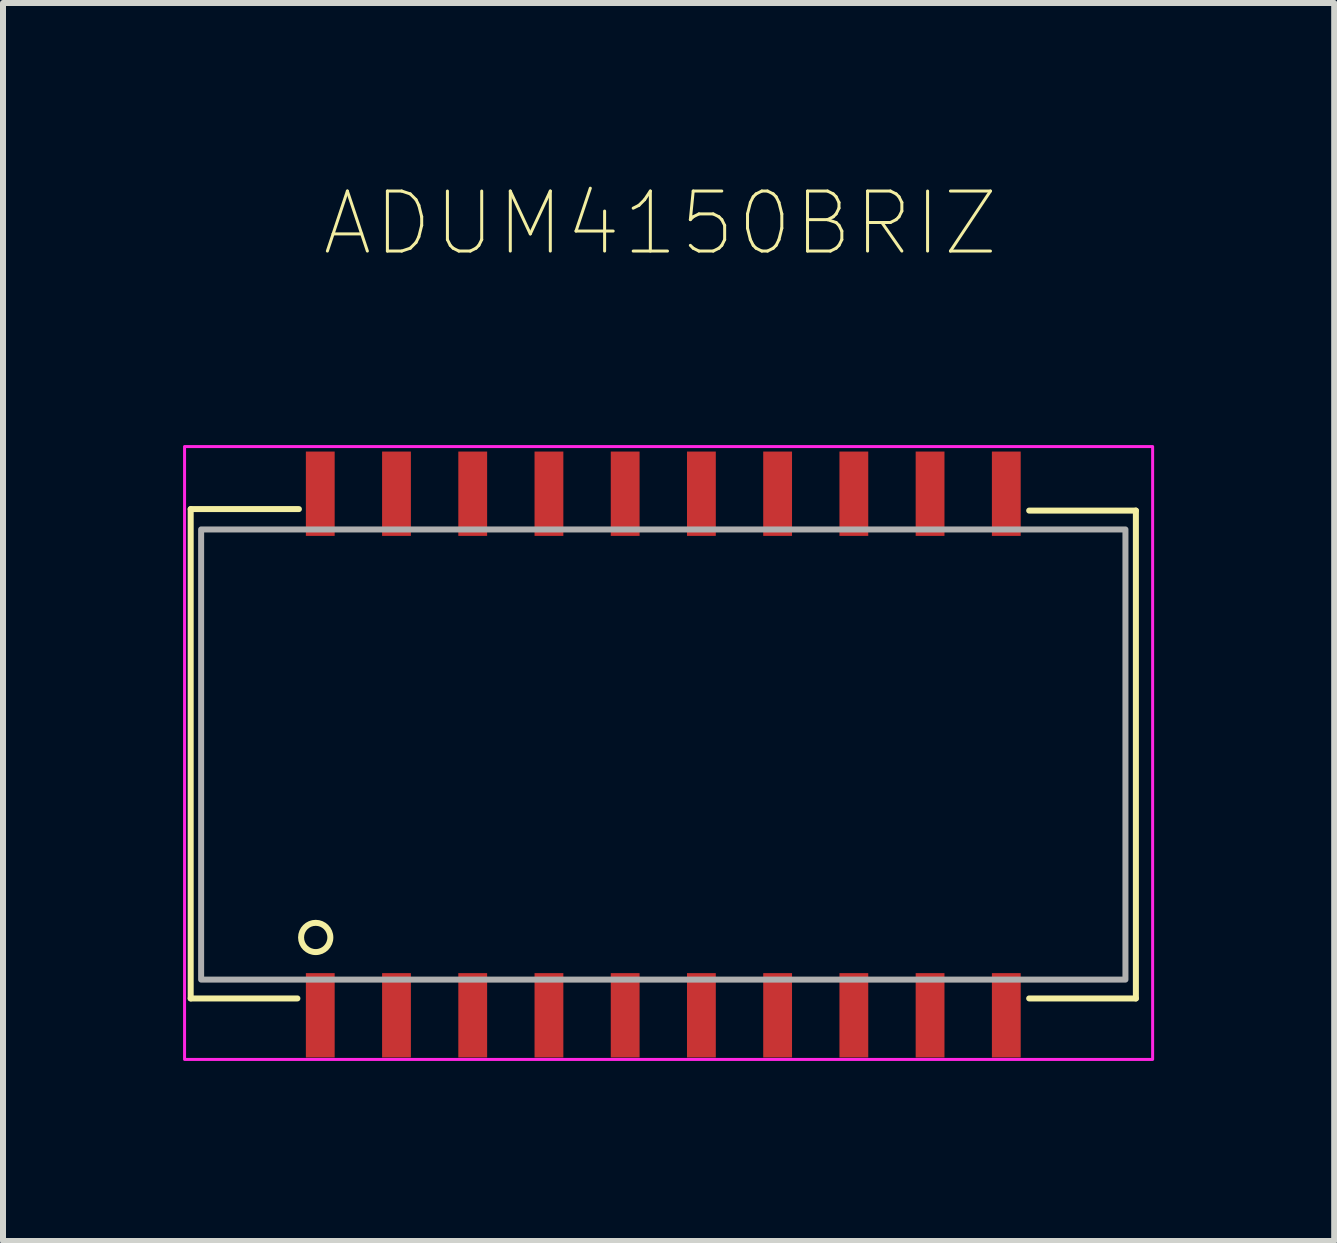
<source format=kicad_pcb>
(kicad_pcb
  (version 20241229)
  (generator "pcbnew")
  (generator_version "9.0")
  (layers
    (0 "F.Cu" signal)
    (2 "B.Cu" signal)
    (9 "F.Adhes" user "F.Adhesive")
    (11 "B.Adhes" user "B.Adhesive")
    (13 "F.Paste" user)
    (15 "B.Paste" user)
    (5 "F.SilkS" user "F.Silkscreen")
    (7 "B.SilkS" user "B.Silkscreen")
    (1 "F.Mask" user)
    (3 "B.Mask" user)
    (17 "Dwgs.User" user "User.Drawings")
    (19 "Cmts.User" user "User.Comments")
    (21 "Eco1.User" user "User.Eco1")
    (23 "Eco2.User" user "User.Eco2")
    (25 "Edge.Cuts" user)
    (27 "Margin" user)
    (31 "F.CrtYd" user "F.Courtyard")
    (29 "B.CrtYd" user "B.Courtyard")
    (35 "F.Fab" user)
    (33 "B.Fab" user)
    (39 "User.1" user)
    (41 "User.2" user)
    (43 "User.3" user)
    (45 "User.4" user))
  (footprint "ADUM4150BRIZ"
    (layer "F.Cu")
    (at 8.001 9.521)
    (property "Reference" "ADUM4150BRIZ" (at -0.049 -8.848 0) (unlocked yes) (layer "F.SilkS") (effects (font (size 1 1) (thickness 0.05))))
    (attr smd)
    (fp_line (start -7.874 -4.089) (end -7.874 4.064) (stroke (width 0.1) (type default)) (layer "F.SilkS"))
    (fp_line (start -7.874 4.064) (end -6.096 4.064) (stroke (width 0.1) (type default)) (layer "F.SilkS"))
    (fp_line (start -6.071 -4.089) (end -7.874 -4.089) (stroke (width 0.1) (type default)) (layer "F.SilkS"))
    (fp_line (start 6.096 -4.064) (end 7.874 -4.064) (stroke (width 0.1) (type default)) (layer "F.SilkS"))
    (fp_line (start 7.874 -4.064) (end 7.874 4.064) (stroke (width 0.1) (type default)) (layer "F.SilkS"))
    (fp_line (start 7.874 4.064) (end 6.096 4.064) (stroke (width 0.1) (type default)) (layer "F.SilkS"))
    (fp_circle (center -5.791 3.048) (end -5.602 2.894) (stroke (width 0.1) (type default)) (fill no) (layer "F.SilkS"))
    (fp_rect (start -7.976 -5.131) (end 8.153 5.08) (stroke (width 0.05) (type default)) (fill no) (layer "F.CrtYd"))
    (fp_rect (start -7.7 -3.75) (end 7.7 3.75) (stroke (width 0.1) (type default)) (fill no) (layer "F.Fab"))
    (pad "1" smd rect (at -5.715 4.345) (size 0.48 1.405) (layers "F.Cu" "F.Mask" "F.Paste"))
    (pad "2" smd rect (at -4.445 4.345) (size 0.48 1.405) (layers "F.Cu" "F.Mask" "F.Paste"))
    (pad "3" smd rect (at -3.175 4.345) (size 0.48 1.405) (layers "F.Cu" "F.Mask" "F.Paste"))
    (pad "4" smd rect (at -1.905 4.345) (size 0.48 1.405) (layers "F.Cu" "F.Mask" "F.Paste"))
    (pad "5" smd rect (at -0.635 4.345) (size 0.48 1.405) (layers "F.Cu" "F.Mask" "F.Paste"))
    (pad "6" smd rect (at 0.635 4.345) (size 0.48 1.405) (layers "F.Cu" "F.Mask" "F.Paste"))
    (pad "7" smd rect (at 1.905 4.345) (size 0.48 1.405) (layers "F.Cu" "F.Mask" "F.Paste"))
    (pad "8" smd rect (at 3.175 4.345) (size 0.48 1.405) (layers "F.Cu" "F.Mask" "F.Paste"))
    (pad "9" smd rect (at 4.445 4.345) (size 0.48 1.405) (layers "F.Cu" "F.Mask" "F.Paste"))
    (pad "10" smd rect (at 5.715 4.345) (size 0.48 1.405) (layers "F.Cu" "F.Mask" "F.Paste"))
    (pad "11" smd rect (at 5.715 -4.345) (size 0.48 1.405) (layers "F.Cu" "F.Mask" "F.Paste"))
    (pad "12" smd rect (at 4.445 -4.345) (size 0.48 1.405) (layers "F.Cu" "F.Mask" "F.Paste"))
    (pad "13" smd rect (at 3.175 -4.345) (size 0.48 1.405) (layers "F.Cu" "F.Mask" "F.Paste"))
    (pad "14" smd rect (at 1.905 -4.345) (size 0.48 1.405) (layers "F.Cu" "F.Mask" "F.Paste"))
    (pad "15" smd rect (at 0.635 -4.345) (size 0.48 1.405) (layers "F.Cu" "F.Mask" "F.Paste"))
    (pad "16" smd rect (at -0.635 -4.345) (size 0.48 1.405) (layers "F.Cu" "F.Mask" "F.Paste"))
    (pad "17" smd rect (at -1.905 -4.345) (size 0.48 1.405) (layers "F.Cu" "F.Mask" "F.Paste"))
    (pad "18" smd rect (at -3.175 -4.345) (size 0.48 1.405) (layers "F.Cu" "F.Mask" "F.Paste"))
    (pad "19" smd rect (at -4.445 -4.345) (size 0.48 1.405) (layers "F.Cu" "F.Mask" "F.Paste"))
    (pad "20" smd rect (at -5.715 -4.345) (size 0.48 1.405) (layers "F.Cu" "F.Mask" "F.Paste")))
  (gr_rect
    (start -3 -3)
    (end 19.179 17.626)
    (stroke (width 0.1) (type default))
    (fill no)
    (layer "Edge.Cuts")))
</source>
